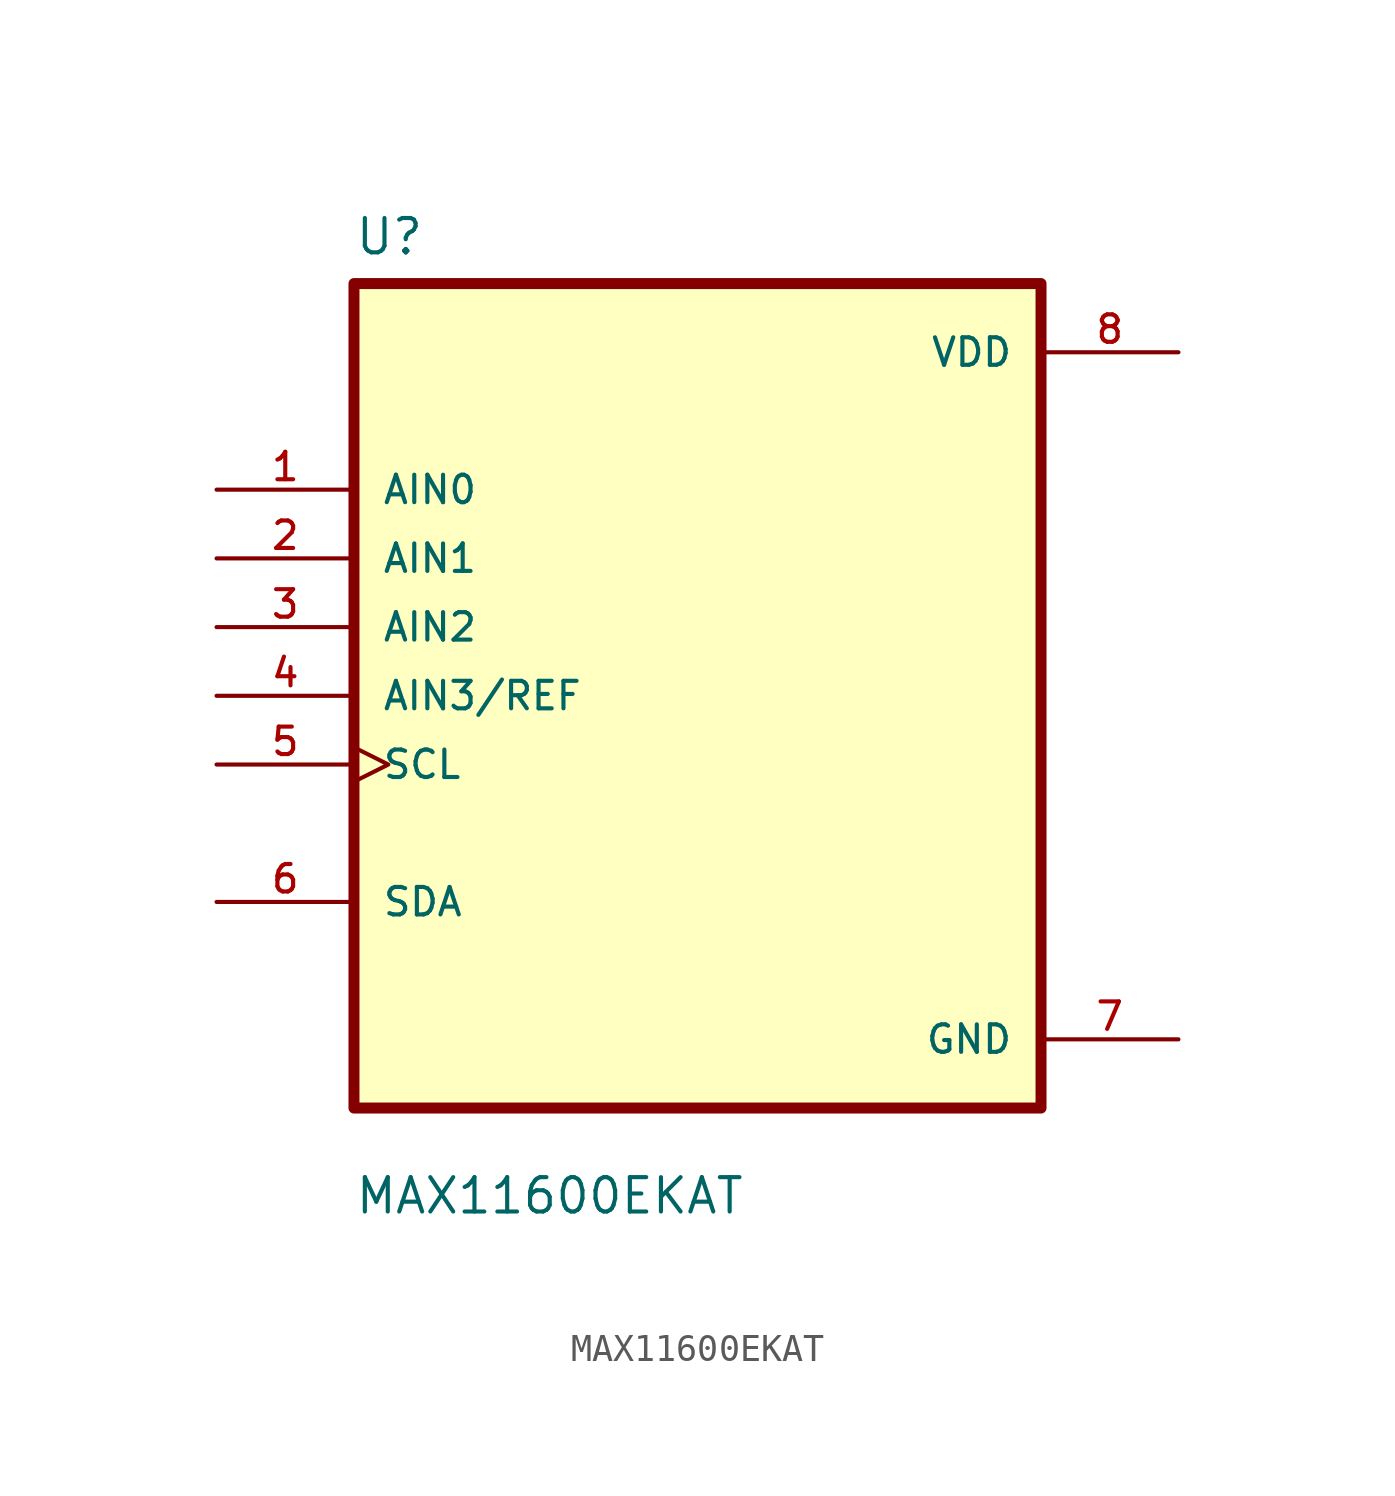
<source format=kicad_sym>
(kicad_symbol_lib
  (version 20211014)
  (generator kicad_symbol_editor)
  (symbol "MAX11600EKAT"
    (pin_names
      (offset 1.016))
    (property "Reference" "U"
      (at -12.7 16.231 0)
      (effects (font (size 1.27 1.27)) (justify left bottom)))
    (property "Value" "MAX11600EKAT"
      (at -12.7 -19.228 0)
      (effects (font (size 1.27 1.27)) (justify left bottom)))
    (property "ki_locked" ""
      (at 0 0 0)
      (effects (font (size 1.27 1.27))))
    (symbol "MAX11600EKAT_0_0"
      (rectangle (start -12.7 -15.24) (end 12.7 15.24) (stroke (width 0.406) (type default) (color 0 0 0 0)) (fill (type background)))
      (pin input line (at -17.78 7.62 0) (length 5.08) (name "AIN0" (effects (font (size 1.016 1.016)))) (number "1" (effects (font (size 1.016 1.016)))))
      (pin input line (at -17.78 5.08 0) (length 5.08) (name "AIN1" (effects (font (size 1.016 1.016)))) (number "2" (effects (font (size 1.016 1.016)))))
      (pin input line (at -17.78 2.54 0) (length 5.08) (name "AIN2" (effects (font (size 1.016 1.016)))) (number "3" (effects (font (size 1.016 1.016)))))
      (pin input line (at -17.78 0 0) (length 5.08) (name "AIN3/REF" (effects (font (size 1.016 1.016)))) (number "4" (effects (font (size 1.016 1.016)))))
      (pin input clock (at -17.78 -2.54 0) (length 5.08) (name "SCL" (effects (font (size 1.016 1.016)))) (number "5" (effects (font (size 1.016 1.016)))))
      (pin bidirectional line (at -17.78 -7.62 0) (length 5.08) (name "SDA" (effects (font (size 1.016 1.016)))) (number "6" (effects (font (size 1.016 1.016)))))
      (pin power_in line (at 17.78 -12.7 180) (length 5.08) (name "GND" (effects (font (size 1.016 1.016)))) (number "7" (effects (font (size 1.016 1.016)))))
      (pin power_in line (at 17.78 12.7 180) (length 5.08) (name "VDD" (effects (font (size 1.016 1.016)))) (number "8" (effects (font (size 1.016 1.016))))))))
</source>
